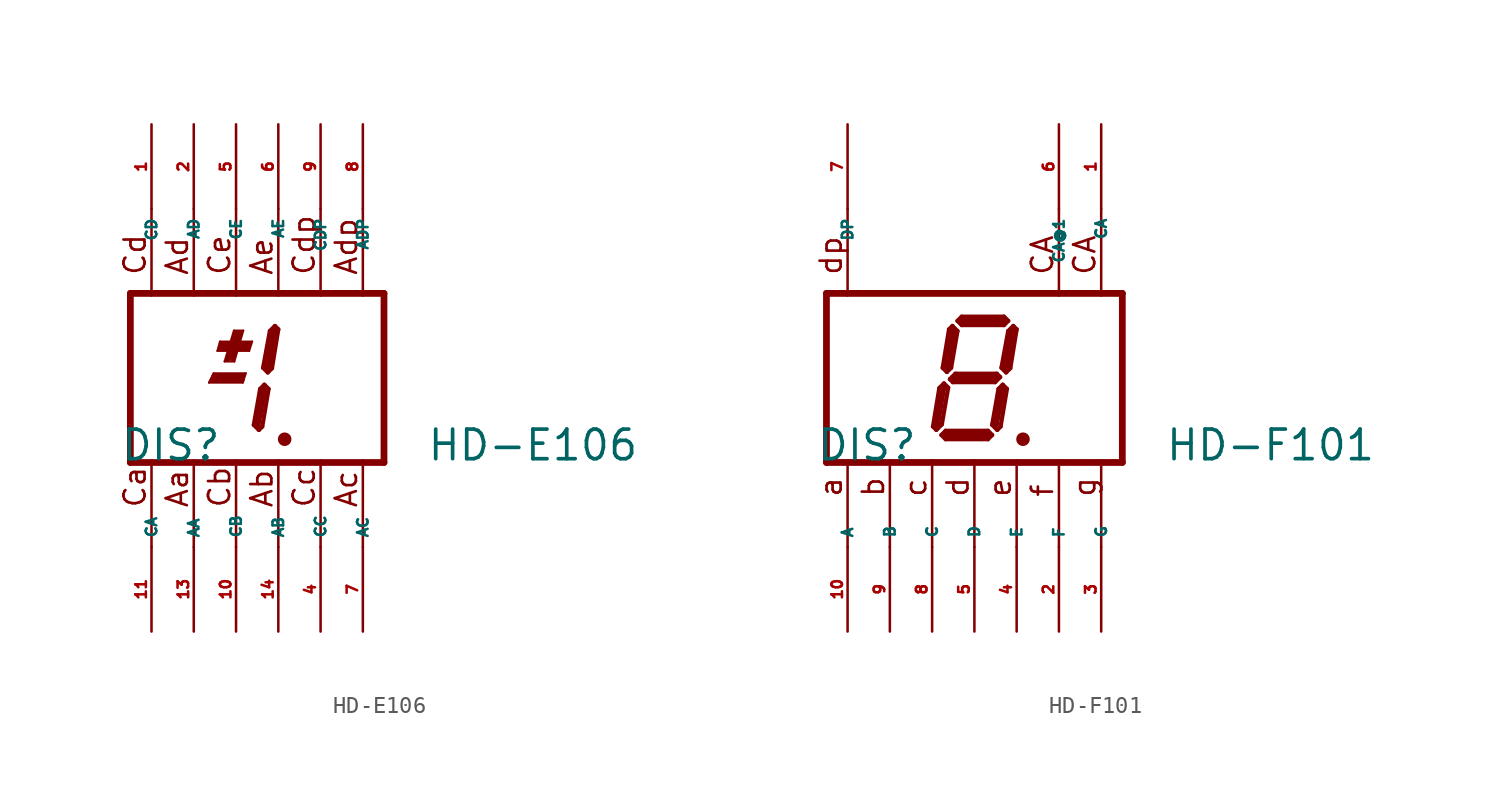
<source format=kicad_sym>
(kicad_symbol_lib
  (version 20220914)
  (generator Eagle2Kicad)
  (symbol "HD-E106"
    (property "Reference" "DIS"
      (at -6.985 -5.08 0)
      (effects (font (size 1.778 1.778) (thickness 0.22)) (justify left bottom)))
    (property "Value" "HD-E106"
      (at 11.43 -5.08 0)
      (effects (font (size 1.778 1.778) (thickness 0.22)) (justify left bottom)))
    (polyline
      (pts (xy 0.584 0.279) (xy 0.406 -0.279))
      (stroke (width 0.127) (type default))
      (fill (type none)))
    (polyline
      (pts (xy 0.584 0.279) (xy -1.346 0.279))
      (stroke (width 0.127) (type default))
      (fill (type none)))
    (polyline
      (pts (xy -1.346 0.279) (xy -1.626 -0.279))
      (stroke (width 0.127) (type default))
      (fill (type none)))
    (polyline
      (pts (xy -1.626 -0.279) (xy 0.406 -0.279))
      (stroke (width 0.127) (type default))
      (fill (type none)))
    (polyline
      (pts (xy 0.965 2.184) (xy 0.787 1.626))
      (stroke (width 0.127) (type default))
      (fill (type none)))
    (polyline
      (pts (xy 0.965 2.184) (xy -0.965 2.184))
      (stroke (width 0.127) (type default))
      (fill (type none)))
    (polyline
      (pts (xy -0.965 2.184) (xy -1.118 1.626))
      (stroke (width 0.127) (type default))
      (fill (type none)))
    (polyline
      (pts (xy -1.118 1.626) (xy 0.787 1.626))
      (stroke (width 0.127) (type default))
      (fill (type none)))
    (polyline
      (pts (xy -0.102 0.991) (xy -0.686 0.991))
      (stroke (width 0.127) (type default))
      (fill (type none)))
    (polyline
      (pts (xy -0.102 0.991) (xy 0.432 2.845))
      (stroke (width 0.127) (type default))
      (fill (type none)))
    (polyline
      (pts (xy 0.432 2.845) (xy -0.127 2.845))
      (stroke (width 0.127) (type default))
      (fill (type none)))
    (polyline
      (pts (xy -0.127 2.845) (xy -0.686 0.991))
      (stroke (width 0.127) (type default))
      (fill (type none)))
    (polyline
      (pts (xy -1.321 0.127) (xy 0.406 0.127))
      (stroke (width 0.305) (type default))
      (fill (type none)))
    (polyline
      (pts (xy -0.889 2.032) (xy 0.787 2.032))
      (stroke (width 0.305) (type default))
      (fill (type none)))
    (polyline
      (pts (xy -0.203 1.143) (xy 0.254 2.718))
      (stroke (width 0.305) (type default))
      (fill (type none)))
    (polyline
      (pts (xy 2.794 -3.683) (xy 3.048 -3.683))
      (stroke (width 0.305) (type default))
      (fill (type none)))
    (polyline
      (pts (xy 2.337 3.124) (xy 2.032 2.819))
      (stroke (width 0.254) (type default))
      (fill (type none)))
    (polyline
      (pts (xy 2.032 2.819) (xy 1.626 0.61))
      (stroke (width 0.254) (type default))
      (fill (type none)))
    (polyline
      (pts (xy 1.626 0.61) (xy 1.905 0.33))
      (stroke (width 0.254) (type default))
      (fill (type none)))
    (polyline
      (pts (xy 1.905 0.33) (xy 2.159 0.584))
      (stroke (width 0.254) (type default))
      (fill (type none)))
    (polyline
      (pts (xy 2.159 0.584) (xy 2.54 2.921))
      (stroke (width 0.254) (type default))
      (fill (type none)))
    (polyline
      (pts (xy 2.54 2.921) (xy 2.337 3.124))
      (stroke (width 0.254) (type default))
      (fill (type none)))
    (polyline
      (pts (xy 1.702 -0.406) (xy 1.448 -0.66))
      (stroke (width 0.254) (type default))
      (fill (type none)))
    (polyline
      (pts (xy 1.448 -0.66) (xy 1.067 -2.819))
      (stroke (width 0.254) (type default))
      (fill (type none)))
    (polyline
      (pts (xy 1.067 -2.819) (xy 1.372 -3.124))
      (stroke (width 0.254) (type default))
      (fill (type none)))
    (polyline
      (pts (xy 1.372 -3.124) (xy 1.575 -2.921))
      (stroke (width 0.254) (type default))
      (fill (type none)))
    (polyline
      (pts (xy 1.575 -2.921) (xy 1.956 -0.66))
      (stroke (width 0.254) (type default))
      (fill (type none)))
    (polyline
      (pts (xy 1.956 -0.66) (xy 1.702 -0.406))
      (stroke (width 0.254) (type default))
      (fill (type none)))
    (polyline
      (pts (xy 2.286 2.794) (xy 1.905 0.635))
      (stroke (width 0.406) (type default))
      (fill (type none)))
    (polyline
      (pts (xy 1.651 -0.762) (xy 1.27 -2.794))
      (stroke (width 0.406) (type default))
      (fill (type none)))
    (polyline
      (pts (xy -6.35 5.08) (xy 8.89 5.08))
      (stroke (width 0.406) (type default))
      (fill (type none)))
    (polyline
      (pts (xy 8.89 -5.08) (xy 8.89 5.08))
      (stroke (width 0.406) (type default))
      (fill (type none)))
    (polyline
      (pts (xy 8.89 -5.08) (xy -6.35 -5.08))
      (stroke (width 0.406) (type default))
      (fill (type none)))
    (polyline
      (pts (xy -6.35 5.08) (xy -6.35 -5.08))
      (stroke (width 0.406) (type default))
      (fill (type none)))
    (polyline
      (pts (xy 5.08 -4.953) (xy 5.08 -10.16))
      (stroke (width 0.152) (type default))
      (fill (type none)))
    (polyline
      (pts (xy 2.54 -4.953) (xy 2.54 -10.16))
      (stroke (width 0.152) (type default))
      (fill (type none)))
    (polyline
      (pts (xy -2.54 -4.953) (xy -2.54 -10.16))
      (stroke (width 0.152) (type default))
      (fill (type none)))
    (polyline
      (pts (xy -5.08 -4.953) (xy -5.08 -10.16))
      (stroke (width 0.152) (type default))
      (fill (type none)))
    (polyline
      (pts (xy 7.62 10.16) (xy 7.62 4.953))
      (stroke (width 0.152) (type default))
      (fill (type none)))
    (polyline
      (pts (xy 0 -4.953) (xy 0 -10.16))
      (stroke (width 0.152) (type default))
      (fill (type none)))
    (polyline
      (pts (xy 5.08 10.16) (xy 5.08 4.953))
      (stroke (width 0.152) (type default))
      (fill (type none)))
    (polyline
      (pts (xy -0.965 1.778) (xy 0.711 1.778))
      (stroke (width 0.305) (type default))
      (fill (type none)))
    (polyline
      (pts (xy -0.483 1.118) (xy 0 2.718))
      (stroke (width 0.305) (type default))
      (fill (type none)))
    (polyline
      (pts (xy -1.422 -0.127) (xy 0.356 -0.127))
      (stroke (width 0.305) (type default))
      (fill (type none)))
    (polyline
      (pts (xy 2.54 10.16) (xy 2.54 4.953))
      (stroke (width 0.152) (type default))
      (fill (type none)))
    (polyline
      (pts (xy 0 10.16) (xy 0 4.953))
      (stroke (width 0.152) (type default))
      (fill (type none)))
    (polyline
      (pts (xy -2.54 10.16) (xy -2.54 4.953))
      (stroke (width 0.152) (type default))
      (fill (type none)))
    (polyline
      (pts (xy -5.08 10.16) (xy -5.08 4.953))
      (stroke (width 0.152) (type default))
      (fill (type none)))
    (polyline
      (pts (xy 7.62 -4.953) (xy 7.62 -10.16))
      (stroke (width 0.152) (type default))
      (fill (type none)))
    (text "Ca"
      (at -5.334 -7.874 900)
      (effects (font (size 1.27 1.27) (thickness 0.16)) (justify left bottom)))
    (text "Aa"
      (at -2.794 -7.874 900)
      (effects (font (size 1.27 1.27) (thickness 0.16)) (justify left bottom)))
    (text "Cb"
      (at -0.254 -7.874 900)
      (effects (font (size 1.27 1.27) (thickness 0.16)) (justify left bottom)))
    (text "Ab"
      (at 2.286 -7.874 900)
      (effects (font (size 1.27 1.27) (thickness 0.16)) (justify left bottom)))
    (text "Cc"
      (at 4.826 -7.874 900)
      (effects (font (size 1.27 1.27) (thickness 0.16)) (justify left bottom)))
    (text "Ac"
      (at 7.366 -7.874 900)
      (effects (font (size 1.27 1.27) (thickness 0.16)) (justify left bottom)))
    (text "Cd"
      (at -5.334 6.096 900)
      (effects (font (size 1.27 1.27) (thickness 0.16)) (justify left bottom)))
    (text "Ad"
      (at -2.794 6.096 900)
      (effects (font (size 1.27 1.27) (thickness 0.16)) (justify left bottom)))
    (text "Ce"
      (at -0.254 6.096 900)
      (effects (font (size 1.27 1.27) (thickness 0.16)) (justify left bottom)))
    (text "Ae"
      (at 2.286 6.096 900)
      (effects (font (size 1.27 1.27) (thickness 0.16)) (justify left bottom)))
    (text "Cdp"
      (at 4.826 6.096 900)
      (effects (font (size 1.27 1.27) (thickness 0.16)) (justify left bottom)))
    (text "Adp"
      (at 7.366 6.096 900)
      (effects (font (size 1.27 1.27) (thickness 0.16)) (justify left bottom)))
    (circle
      (center 2.921 -3.683)
      (radius 0.254)
      (stroke (width 0.305) (type default))
      (fill (type none)))
    (pin passive line
      (at 2.54 -15.24 90)
      (length 5.08)
      (name "AB" (effects (font (size 0.635 0.635) (thickness 0.08)) (justify left bottom)))
      (number "14" (effects (font (size 0.635 0.635) (thickness 0.08)) (justify left bottom))))
    (pin passive line
      (at -2.54 -15.24 90)
      (length 5.08)
      (name "AA" (effects (font (size 0.635 0.635) (thickness 0.08)) (justify left bottom)))
      (number "13" (effects (font (size 0.635 0.635) (thickness 0.08)) (justify left bottom))))
    (pin passive line
      (at -5.08 -15.24 90)
      (length 5.08)
      (name "CA" (effects (font (size 0.635 0.635) (thickness 0.08)) (justify left bottom)))
      (number "11" (effects (font (size 0.635 0.635) (thickness 0.08)) (justify left bottom))))
    (pin passive line
      (at 7.62 15.24 270)
      (length 5.08)
      (name "ADP" (effects (font (size 0.635 0.635) (thickness 0.08)) (justify left bottom)))
      (number "8" (effects (font (size 0.635 0.635) (thickness 0.08)) (justify left bottom))))
    (pin passive line
      (at 0 -15.24 90)
      (length 5.08)
      (name "CB" (effects (font (size 0.635 0.635) (thickness 0.08)) (justify left bottom)))
      (number "10" (effects (font (size 0.635 0.635) (thickness 0.08)) (justify left bottom))))
    (pin passive line
      (at 5.08 -15.24 90)
      (length 5.08)
      (name "CC" (effects (font (size 0.635 0.635) (thickness 0.08)) (justify left bottom)))
      (number "4" (effects (font (size 0.635 0.635) (thickness 0.08)) (justify left bottom))))
    (pin passive line
      (at 5.08 15.24 270)
      (length 5.08)
      (name "CDP" (effects (font (size 0.635 0.635) (thickness 0.08)) (justify left bottom)))
      (number "9" (effects (font (size 0.635 0.635) (thickness 0.08)) (justify left bottom))))
    (pin passive line
      (at 2.54 15.24 270)
      (length 5.08)
      (name "AE" (effects (font (size 0.635 0.635) (thickness 0.08)) (justify left bottom)))
      (number "6" (effects (font (size 0.635 0.635) (thickness 0.08)) (justify left bottom))))
    (pin passive line
      (at 0 15.24 270)
      (length 5.08)
      (name "CE" (effects (font (size 0.635 0.635) (thickness 0.08)) (justify left bottom)))
      (number "5" (effects (font (size 0.635 0.635) (thickness 0.08)) (justify left bottom))))
    (pin passive line
      (at -2.54 15.24 270)
      (length 5.08)
      (name "AD" (effects (font (size 0.635 0.635) (thickness 0.08)) (justify left bottom)))
      (number "2" (effects (font (size 0.635 0.635) (thickness 0.08)) (justify left bottom))))
    (pin passive line
      (at -5.08 15.24 270)
      (length 5.08)
      (name "CD" (effects (font (size 0.635 0.635) (thickness 0.08)) (justify left bottom)))
      (number "1" (effects (font (size 0.635 0.635) (thickness 0.08)) (justify left bottom))))
    (pin passive line
      (at 7.62 -15.24 90)
      (length 5.08)
      (name "AC" (effects (font (size 0.635 0.635) (thickness 0.08)) (justify left bottom)))
      (number "7" (effects (font (size 0.635 0.635) (thickness 0.08)) (justify left bottom)))))
  (symbol "HD-F101"
    (property "Reference" "DIS"
      (at -9.525 -5.08 0)
      (effects (font (size 1.778 1.778) (thickness 0.22)) (justify left bottom)))
    (property "Value" "HD-F101"
      (at 11.43 -5.08 0)
      (effects (font (size 1.778 1.778) (thickness 0.22)) (justify left bottom)))
    (polyline
      (pts (xy 2.794 -3.683) (xy 3.048 -3.683))
      (stroke (width 0.305) (type default))
      (fill (type none)))
    (polyline
      (pts (xy 2.337 3.124) (xy 2.032 2.819))
      (stroke (width 0.254) (type default))
      (fill (type none)))
    (polyline
      (pts (xy 2.032 2.819) (xy 1.626 0.61))
      (stroke (width 0.254) (type default))
      (fill (type none)))
    (polyline
      (pts (xy 1.626 0.61) (xy 1.905 0.33))
      (stroke (width 0.254) (type default))
      (fill (type none)))
    (polyline
      (pts (xy 1.905 0.33) (xy 2.159 0.584))
      (stroke (width 0.254) (type default))
      (fill (type none)))
    (polyline
      (pts (xy 2.159 0.584) (xy 2.54 2.921))
      (stroke (width 0.254) (type default))
      (fill (type none)))
    (polyline
      (pts (xy 2.54 2.921) (xy 2.337 3.124))
      (stroke (width 0.254) (type default))
      (fill (type none)))
    (polyline
      (pts (xy 2.032 3.429) (xy 1.778 3.175))
      (stroke (width 0.254) (type default))
      (fill (type none)))
    (polyline
      (pts (xy 1.778 3.175) (xy -0.762 3.175))
      (stroke (width 0.254) (type default))
      (fill (type none)))
    (polyline
      (pts (xy -0.762 3.175) (xy -1.016 3.429))
      (stroke (width 0.254) (type default))
      (fill (type none)))
    (polyline
      (pts (xy -1.016 3.429) (xy -0.762 3.683))
      (stroke (width 0.254) (type default))
      (fill (type none)))
    (polyline
      (pts (xy -0.762 3.683) (xy 1.778 3.683))
      (stroke (width 0.254) (type default))
      (fill (type none)))
    (polyline
      (pts (xy 1.778 3.683) (xy 2.032 3.429))
      (stroke (width 0.254) (type default))
      (fill (type none)))
    (polyline
      (pts (xy -1.321 3.124) (xy -1.016 2.819))
      (stroke (width 0.254) (type default))
      (fill (type none)))
    (polyline
      (pts (xy -1.016 2.819) (xy -1.397 0.61))
      (stroke (width 0.254) (type default))
      (fill (type none)))
    (polyline
      (pts (xy -1.397 0.61) (xy -1.651 0.356))
      (stroke (width 0.254) (type default))
      (fill (type none)))
    (polyline
      (pts (xy -1.651 0.356) (xy -1.905 0.61))
      (stroke (width 0.254) (type default))
      (fill (type none)))
    (polyline
      (pts (xy -1.905 0.61) (xy -1.524 2.921))
      (stroke (width 0.254) (type default))
      (fill (type none)))
    (polyline
      (pts (xy -1.524 2.921) (xy -1.321 3.124))
      (stroke (width 0.254) (type default))
      (fill (type none)))
    (polyline
      (pts (xy -1.473 -0.076) (xy -1.143 0.254))
      (stroke (width 0.254) (type default))
      (fill (type none)))
    (polyline
      (pts (xy -1.143 0.254) (xy 1.346 0.254))
      (stroke (width 0.254) (type default))
      (fill (type none)))
    (polyline
      (pts (xy 1.346 0.254) (xy 1.549 0.051))
      (stroke (width 0.254) (type default))
      (fill (type none)))
    (polyline
      (pts (xy 1.549 0.051) (xy 1.245 -0.254))
      (stroke (width 0.254) (type default))
      (fill (type none)))
    (polyline
      (pts (xy 1.245 -0.254) (xy -1.295 -0.254))
      (stroke (width 0.254) (type default))
      (fill (type none)))
    (polyline
      (pts (xy -1.295 -0.254) (xy -1.473 -0.076))
      (stroke (width 0.254) (type default))
      (fill (type none)))
    (polyline
      (pts (xy -1.829 -0.33) (xy -1.575 -0.584))
      (stroke (width 0.254) (type default))
      (fill (type none)))
    (polyline
      (pts (xy -2.286 -3.124) (xy -1.956 -2.794))
      (stroke (width 0.254) (type default))
      (fill (type none)))
    (polyline
      (pts (xy -1.956 -2.794) (xy -1.575 -0.584))
      (stroke (width 0.254) (type default))
      (fill (type none)))
    (polyline
      (pts (xy -1.829 -0.33) (xy -2.108 -0.61))
      (stroke (width 0.254) (type default))
      (fill (type none)))
    (polyline
      (pts (xy -2.108 -0.61) (xy -2.489 -2.921))
      (stroke (width 0.254) (type default))
      (fill (type none)))
    (polyline
      (pts (xy -2.489 -2.921) (xy -2.286 -3.124))
      (stroke (width 0.254) (type default))
      (fill (type none)))
    (polyline
      (pts (xy -1.981 -3.429) (xy -1.727 -3.175))
      (stroke (width 0.254) (type default))
      (fill (type none)))
    (polyline
      (pts (xy -1.727 -3.175) (xy 0.813 -3.175))
      (stroke (width 0.254) (type default))
      (fill (type none)))
    (polyline
      (pts (xy 0.813 -3.175) (xy 1.067 -3.429))
      (stroke (width 0.254) (type default))
      (fill (type none)))
    (polyline
      (pts (xy 1.067 -3.429) (xy 0.813 -3.683))
      (stroke (width 0.254) (type default))
      (fill (type none)))
    (polyline
      (pts (xy 0.813 -3.683) (xy -1.727 -3.683))
      (stroke (width 0.254) (type default))
      (fill (type none)))
    (polyline
      (pts (xy -1.727 -3.683) (xy -1.981 -3.429))
      (stroke (width 0.254) (type default))
      (fill (type none)))
    (polyline
      (pts (xy 1.702 -0.406) (xy 1.448 -0.66))
      (stroke (width 0.254) (type default))
      (fill (type none)))
    (polyline
      (pts (xy 1.448 -0.66) (xy 1.067 -2.819))
      (stroke (width 0.254) (type default))
      (fill (type none)))
    (polyline
      (pts (xy 1.067 -2.819) (xy 1.372 -3.124))
      (stroke (width 0.254) (type default))
      (fill (type none)))
    (polyline
      (pts (xy 1.372 -3.124) (xy 1.575 -2.921))
      (stroke (width 0.254) (type default))
      (fill (type none)))
    (polyline
      (pts (xy 1.575 -2.921) (xy 1.956 -0.66))
      (stroke (width 0.254) (type default))
      (fill (type none)))
    (polyline
      (pts (xy 1.956 -0.66) (xy 1.702 -0.406))
      (stroke (width 0.254) (type default))
      (fill (type none)))
    (polyline
      (pts (xy 2.286 2.794) (xy 1.905 0.635))
      (stroke (width 0.406) (type default))
      (fill (type none)))
    (polyline
      (pts (xy 1.778 3.429) (xy -0.762 3.429))
      (stroke (width 0.406) (type default))
      (fill (type none)))
    (polyline
      (pts (xy -1.27 2.794) (xy -1.651 0.635))
      (stroke (width 0.406) (type default))
      (fill (type none)))
    (polyline
      (pts (xy -1.27 0) (xy 1.27 0))
      (stroke (width 0.406) (type default))
      (fill (type none)))
    (polyline
      (pts (xy 1.651 -0.762) (xy 1.27 -2.794))
      (stroke (width 0.406) (type default))
      (fill (type none)))
    (polyline
      (pts (xy 0.762 -3.429) (xy -1.651 -3.429))
      (stroke (width 0.406) (type default))
      (fill (type none)))
    (polyline
      (pts (xy -2.286 -2.921) (xy -1.905 -0.635))
      (stroke (width 0.406) (type default))
      (fill (type none)))
    (polyline
      (pts (xy -8.89 5.08) (xy 8.89 5.08))
      (stroke (width 0.406) (type default))
      (fill (type none)))
    (polyline
      (pts (xy 8.89 -5.08) (xy 8.89 5.08))
      (stroke (width 0.406) (type default))
      (fill (type none)))
    (polyline
      (pts (xy 8.89 -5.08) (xy -8.89 -5.08))
      (stroke (width 0.406) (type default))
      (fill (type none)))
    (polyline
      (pts (xy -8.89 5.08) (xy -8.89 -5.08))
      (stroke (width 0.406) (type default))
      (fill (type none)))
    (polyline
      (pts (xy 7.62 -4.953) (xy 7.62 -10.16))
      (stroke (width 0.152) (type default))
      (fill (type none)))
    (polyline
      (pts (xy 5.08 -4.953) (xy 5.08 -10.16))
      (stroke (width 0.152) (type default))
      (fill (type none)))
    (polyline
      (pts (xy 0 -4.953) (xy 0 -10.16))
      (stroke (width 0.152) (type default))
      (fill (type none)))
    (polyline
      (pts (xy -5.08 -4.953) (xy -5.08 -10.16))
      (stroke (width 0.152) (type default))
      (fill (type none)))
    (polyline
      (pts (xy -7.62 -4.953) (xy -7.62 -10.16))
      (stroke (width 0.152) (type default))
      (fill (type none)))
    (polyline
      (pts (xy 7.62 10.16) (xy 7.62 4.953))
      (stroke (width 0.152) (type default))
      (fill (type none)))
    (polyline
      (pts (xy -2.54 -4.953) (xy -2.54 -10.16))
      (stroke (width 0.152) (type default))
      (fill (type none)))
    (polyline
      (pts (xy 2.54 -4.953) (xy 2.54 -10.16))
      (stroke (width 0.152) (type default))
      (fill (type none)))
    (polyline
      (pts (xy -7.62 10.16) (xy -7.62 4.953))
      (stroke (width 0.152) (type default))
      (fill (type none)))
    (polyline
      (pts (xy 5.08 10.16) (xy 5.08 4.953))
      (stroke (width 0.152) (type default))
      (fill (type none)))
    (text "CA"
      (at 7.366 6.096 900)
      (effects (font (size 1.27 1.27) (thickness 0.16)) (justify left bottom)))
    (text "CA"
      (at 4.826 6.096 900)
      (effects (font (size 1.27 1.27) (thickness 0.16)) (justify left bottom)))
    (text "a"
      (at -7.874 -7.239 900)
      (effects (font (size 1.27 1.27) (thickness 0.16)) (justify left bottom)))
    (text "b"
      (at -5.334 -7.239 900)
      (effects (font (size 1.27 1.27) (thickness 0.16)) (justify left bottom)))
    (text "c"
      (at -2.794 -7.239 900)
      (effects (font (size 1.27 1.27) (thickness 0.16)) (justify left bottom)))
    (text "d"
      (at -0.254 -7.239 900)
      (effects (font (size 1.27 1.27) (thickness 0.16)) (justify left bottom)))
    (text "e"
      (at 2.286 -7.239 900)
      (effects (font (size 1.27 1.27) (thickness 0.16)) (justify left bottom)))
    (text "f"
      (at 4.826 -7.239 900)
      (effects (font (size 1.27 1.27) (thickness 0.16)) (justify left bottom)))
    (text "g"
      (at 7.366 -7.239 900)
      (effects (font (size 1.27 1.27) (thickness 0.16)) (justify left bottom)))
    (text "dp"
      (at -7.874 6.096 900)
      (effects (font (size 1.27 1.27) (thickness 0.16)) (justify left bottom)))
    (circle
      (center 2.921 -3.683)
      (radius 0.254)
      (stroke (width 0.305) (type default))
      (fill (type none)))
    (pin passive line
      (at -7.62 15.24 270)
      (length 5.08)
      (name "DP" (effects (font (size 0.635 0.635) (thickness 0.08)) (justify left bottom)))
      (number "7" (effects (font (size 0.635 0.635) (thickness 0.08)) (justify left bottom))))
    (pin passive line
      (at 5.08 -15.24 90)
      (length 5.08)
      (name "F" (effects (font (size 0.635 0.635) (thickness 0.08)) (justify left bottom)))
      (number "2" (effects (font (size 0.635 0.635) (thickness 0.08)) (justify left bottom))))
    (pin passive line
      (at 0 -15.24 90)
      (length 5.08)
      (name "D" (effects (font (size 0.635 0.635) (thickness 0.08)) (justify left bottom)))
      (number "5" (effects (font (size 0.635 0.635) (thickness 0.08)) (justify left bottom))))
    (pin passive line
      (at -5.08 -15.24 90)
      (length 5.08)
      (name "B" (effects (font (size 0.635 0.635) (thickness 0.08)) (justify left bottom)))
      (number "9" (effects (font (size 0.635 0.635) (thickness 0.08)) (justify left bottom))))
    (pin passive line
      (at -7.62 -15.24 90)
      (length 5.08)
      (name "A" (effects (font (size 0.635 0.635) (thickness 0.08)) (justify left bottom)))
      (number "10" (effects (font (size 0.635 0.635) (thickness 0.08)) (justify left bottom))))
    (pin passive line
      (at 7.62 15.24 270)
      (length 5.08)
      (name "CA" (effects (font (size 0.635 0.635) (thickness 0.08)) (justify left bottom)))
      (number "1" (effects (font (size 0.635 0.635) (thickness 0.08)) (justify left bottom))))
    (pin passive line
      (at -2.54 -15.24 90)
      (length 5.08)
      (name "C" (effects (font (size 0.635 0.635) (thickness 0.08)) (justify left bottom)))
      (number "8" (effects (font (size 0.635 0.635) (thickness 0.08)) (justify left bottom))))
    (pin passive line
      (at 2.54 -15.24 90)
      (length 5.08)
      (name "E" (effects (font (size 0.635 0.635) (thickness 0.08)) (justify left bottom)))
      (number "4" (effects (font (size 0.635 0.635) (thickness 0.08)) (justify left bottom))))
    (pin passive line
      (at 7.62 -15.24 90)
      (length 5.08)
      (name "G" (effects (font (size 0.635 0.635) (thickness 0.08)) (justify left bottom)))
      (number "3" (effects (font (size 0.635 0.635) (thickness 0.08)) (justify left bottom))))
    (pin passive line
      (at 5.08 15.24 270)
      (length 5.08)
      (name "CA@1" (effects (font (size 0.635 0.635) (thickness 0.08)) (justify left bottom)))
      (number "6" (effects (font (size 0.635 0.635) (thickness 0.08)) (justify left bottom))))))
</source>
